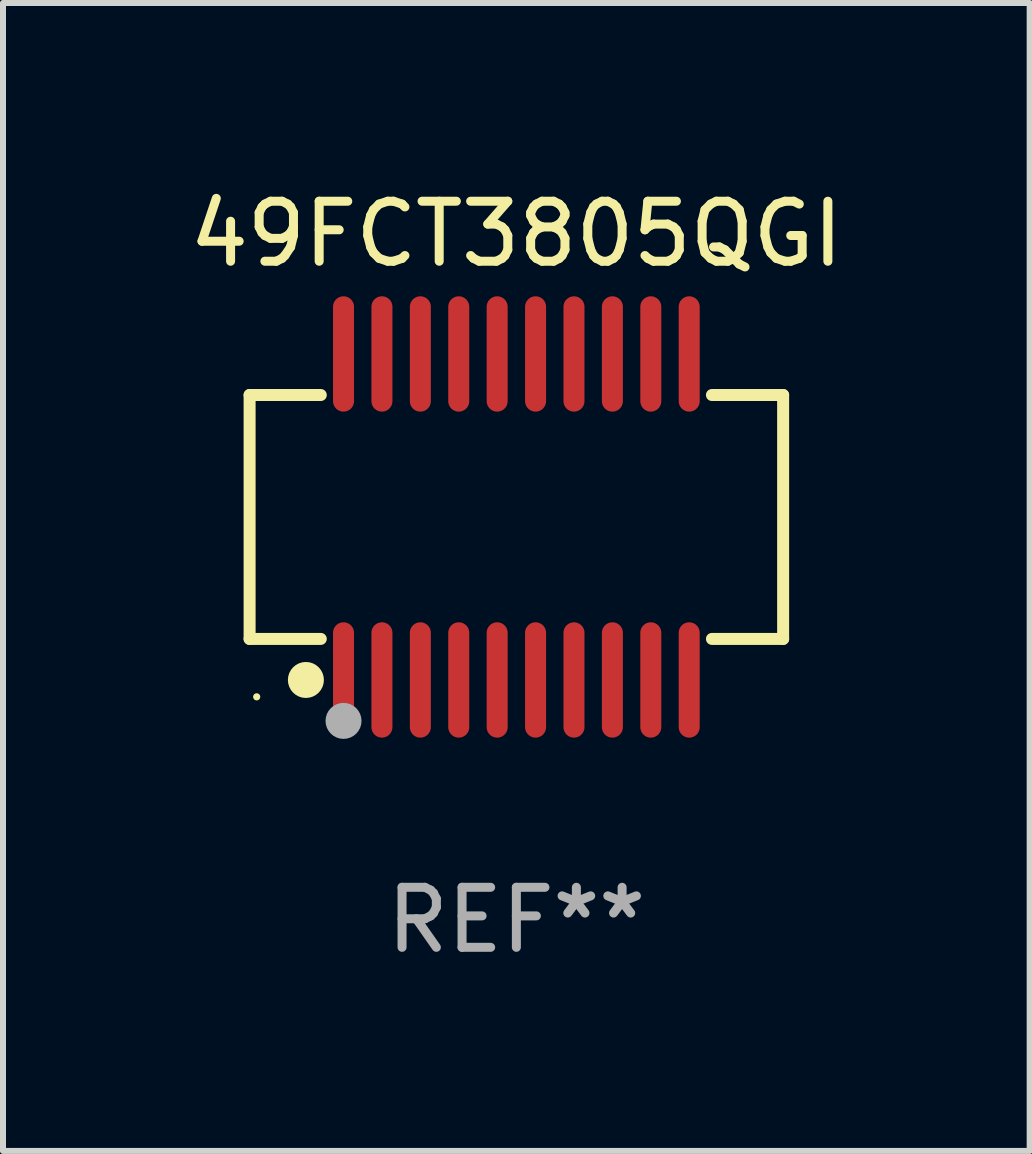
<source format=kicad_pcb>
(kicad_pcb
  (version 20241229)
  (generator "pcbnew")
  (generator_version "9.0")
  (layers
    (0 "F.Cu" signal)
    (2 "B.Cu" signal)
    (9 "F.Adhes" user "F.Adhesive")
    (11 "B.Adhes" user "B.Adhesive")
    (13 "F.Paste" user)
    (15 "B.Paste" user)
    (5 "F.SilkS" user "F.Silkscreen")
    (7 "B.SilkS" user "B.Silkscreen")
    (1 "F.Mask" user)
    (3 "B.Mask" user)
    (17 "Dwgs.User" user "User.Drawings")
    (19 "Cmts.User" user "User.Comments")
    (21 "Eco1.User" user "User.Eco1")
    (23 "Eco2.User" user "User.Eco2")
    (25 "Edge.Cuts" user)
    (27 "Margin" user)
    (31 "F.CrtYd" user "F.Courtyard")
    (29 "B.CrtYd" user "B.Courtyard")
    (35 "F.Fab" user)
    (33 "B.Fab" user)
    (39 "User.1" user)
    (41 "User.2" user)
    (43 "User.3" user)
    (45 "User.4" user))
  (footprint "49FCT3805QGI"
    (layer "F.Cu")
    (at 5.554 5.564)
    (property "Reference" "49FCT3805QGI" (at 0 -4.716 0) (layer "F.SilkS") (effects (font (size 1 1) (thickness 0.15))))
    (attr through_hole)
    (fp_line (start -4.445 -2.032) (end -4.445 2.032) (stroke (width 0.2) (type solid)) (layer "F.SilkS"))
    (fp_line (start -4.445 2.032) (end -3.259 2.032) (stroke (width 0.2) (type solid)) (layer "F.SilkS"))
    (fp_line (start -3.429 -2.032) (end -4.445 -2.032) (stroke (width 0.2) (type solid)) (layer "F.SilkS"))
    (fp_line (start -3.259 -2.032) (end -3.429 -2.032) (stroke (width 0.2) (type solid)) (layer "F.SilkS"))
    (fp_line (start 3.259 2.032) (end 4.445 2.032) (stroke (width 0.2) (type solid)) (layer "F.SilkS"))
    (fp_line (start 4.445 -2.032) (end 3.259 -2.032) (stroke (width 0.2) (type solid)) (layer "F.SilkS"))
    (fp_line (start 4.445 2.032) (end 4.445 -2.032) (stroke (width 0.2) (type solid)) (layer "F.SilkS"))
    (fp_circle (center -4.327 2.997) (end -4.297 2.997) (stroke (width 0.06) (type solid)) (fill no) (layer "F.SilkS"))
    (fp_circle (center -3.507 2.716) (end -3.357 2.716) (stroke (width 0.3) (type solid)) (fill no) (layer "F.SilkS"))
    (fp_circle (center -2.88 3.398) (end -2.73 3.398) (stroke (width 0.3) (type solid)) (fill no) (layer "F.Fab"))
    (fp_text user "REF**" (at 0 6.716 0) (layer "F.Fab") (effects (font (size 1 1) (thickness 0.15))))
    (pad "1" smd oval (at -2.88 2.716) (size 0.35 1.922) (layers "F.Cu" "F.Mask" "F.Paste"))
    (pad "2" smd oval (at -2.24 2.716) (size 0.35 1.922) (layers "F.Cu" "F.Mask" "F.Paste"))
    (pad "3" smd oval (at -1.6 2.716) (size 0.35 1.922) (layers "F.Cu" "F.Mask" "F.Paste"))
    (pad "4" smd oval (at -0.96 2.716) (size 0.35 1.922) (layers "F.Cu" "F.Mask" "F.Paste"))
    (pad "5" smd oval (at -0.32 2.716) (size 0.35 1.922) (layers "F.Cu" "F.Mask" "F.Paste"))
    (pad "6" smd oval (at 0.32 2.716) (size 0.35 1.922) (layers "F.Cu" "F.Mask" "F.Paste"))
    (pad "7" smd oval (at 0.96 2.716) (size 0.35 1.922) (layers "F.Cu" "F.Mask" "F.Paste"))
    (pad "8" smd oval (at 1.6 2.716) (size 0.35 1.922) (layers "F.Cu" "F.Mask" "F.Paste"))
    (pad "9" smd oval (at 2.24 2.716) (size 0.35 1.922) (layers "F.Cu" "F.Mask" "F.Paste"))
    (pad "10" smd oval (at 2.88 2.716) (size 0.35 1.922) (layers "F.Cu" "F.Mask" "F.Paste"))
    (pad "11" smd oval (at 2.88 -2.716) (size 0.35 1.922) (layers "F.Cu" "F.Mask" "F.Paste"))
    (pad "12" smd oval (at 2.24 -2.716) (size 0.35 1.922) (layers "F.Cu" "F.Mask" "F.Paste"))
    (pad "13" smd oval (at 1.6 -2.716) (size 0.35 1.922) (layers "F.Cu" "F.Mask" "F.Paste"))
    (pad "14" smd oval (at 0.96 -2.716) (size 0.35 1.922) (layers "F.Cu" "F.Mask" "F.Paste"))
    (pad "15" smd oval (at 0.32 -2.716) (size 0.35 1.922) (layers "F.Cu" "F.Mask" "F.Paste"))
    (pad "16" smd oval (at -0.32 -2.716) (size 0.35 1.922) (layers "F.Cu" "F.Mask" "F.Paste"))
    (pad "17" smd oval (at -0.96 -2.716) (size 0.35 1.922) (layers "F.Cu" "F.Mask" "F.Paste"))
    (pad "18" smd oval (at -1.6 -2.716) (size 0.35 1.922) (layers "F.Cu" "F.Mask" "F.Paste"))
    (pad "19" smd oval (at -2.24 -2.716) (size 0.35 1.922) (layers "F.Cu" "F.Mask" "F.Paste"))
    (pad "20" smd oval (at -2.88 -2.716) (size 0.35 1.922) (layers "F.Cu" "F.Mask" "F.Paste")))
  (gr_rect
    (start -3 -3)
    (end 14.107 16.128)
    (stroke (width 0.1) (type default))
    (fill no)
    (layer "Edge.Cuts")))
</source>
